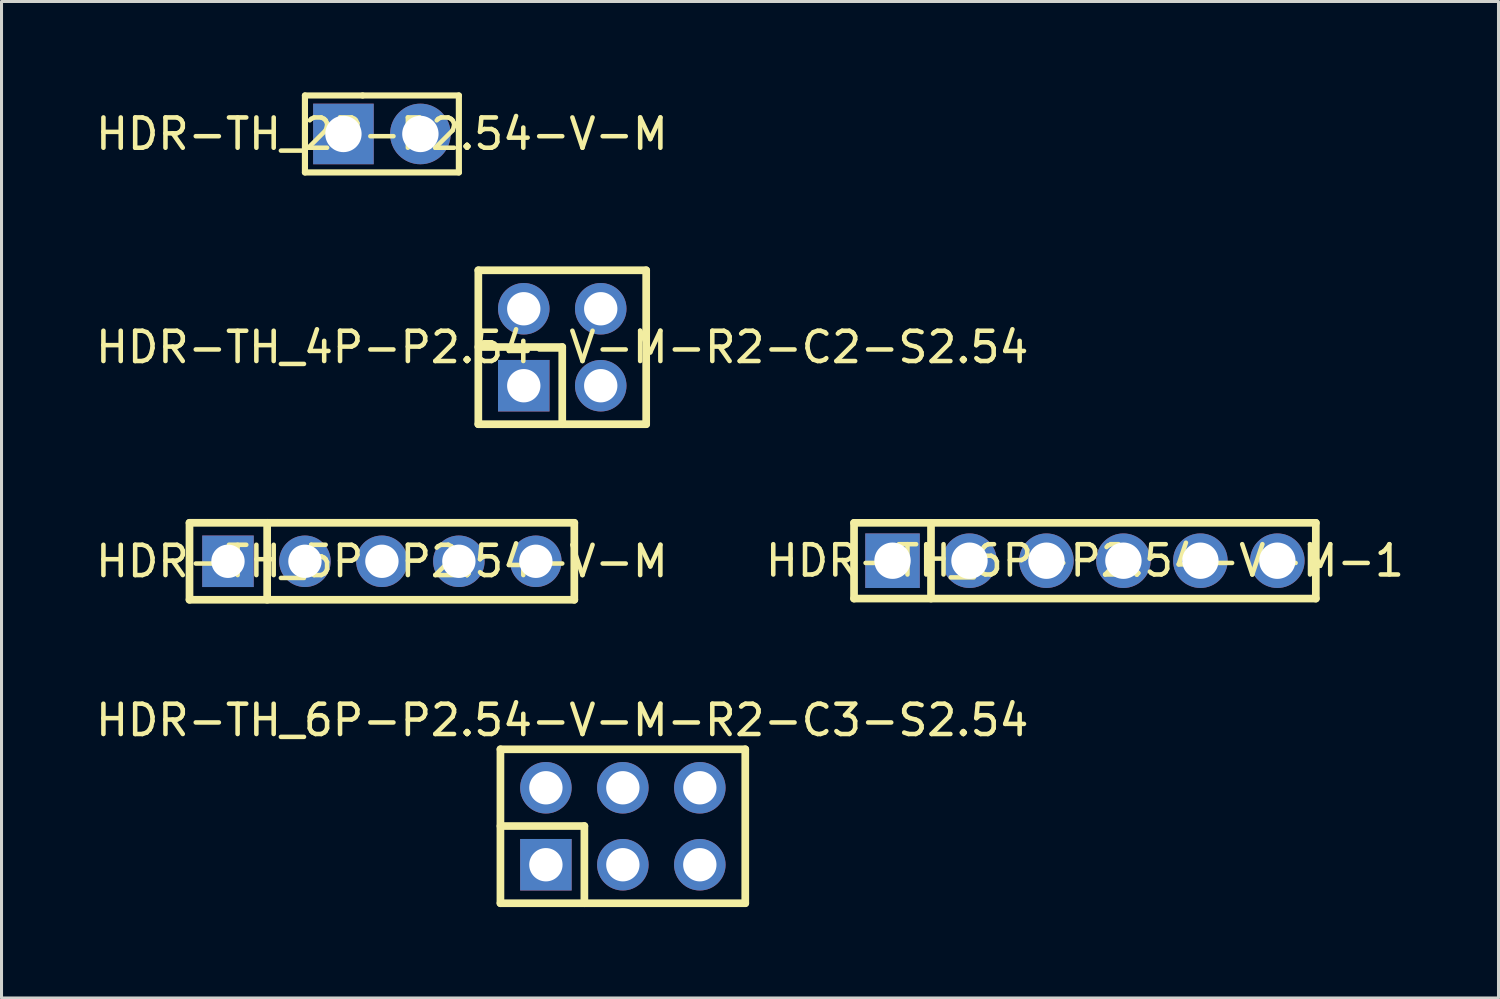
<source format=kicad_pcb>
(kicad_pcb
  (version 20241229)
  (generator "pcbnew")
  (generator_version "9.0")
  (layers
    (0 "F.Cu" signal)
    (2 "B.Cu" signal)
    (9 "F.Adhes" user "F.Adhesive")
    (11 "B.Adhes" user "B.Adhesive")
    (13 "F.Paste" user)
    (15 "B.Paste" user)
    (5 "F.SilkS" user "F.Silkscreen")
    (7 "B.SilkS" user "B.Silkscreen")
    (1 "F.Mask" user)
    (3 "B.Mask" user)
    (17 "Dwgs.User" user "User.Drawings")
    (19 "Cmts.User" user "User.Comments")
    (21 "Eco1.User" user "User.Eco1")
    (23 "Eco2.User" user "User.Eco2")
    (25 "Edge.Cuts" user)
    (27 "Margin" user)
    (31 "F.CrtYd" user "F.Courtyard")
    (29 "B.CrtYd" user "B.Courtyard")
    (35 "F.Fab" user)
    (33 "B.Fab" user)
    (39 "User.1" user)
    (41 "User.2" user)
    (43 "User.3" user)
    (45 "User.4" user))
  (footprint "HDR-TH_2P-P2.54-V-M"
    (layer "F.Cu")
    (at 9.554 1.371)
    (property "Reference" "HDR-TH_2P-P2.54-V-M" (at 0 0 0) (layer "F.SilkS") (effects (font (size 1 1) (thickness 0.15))))
    (fp_line (start -2.54 -1.27) (end -0.635 -1.27) (stroke (width 0.203) (type default)) (layer "F.SilkS"))
    (fp_line (start -2.54 1.27) (end -2.54 -1.27) (stroke (width 0.203) (type default)) (layer "F.SilkS"))
    (fp_line (start 2.54 -1.27) (end -0.635 -1.27) (stroke (width 0.203) (type default)) (layer "F.SilkS"))
    (fp_line (start 2.54 -1.27) (end 2.54 1.27) (stroke (width 0.203) (type default)) (layer "F.SilkS"))
    (fp_line (start 2.54 1.27) (end -2.54 1.27) (stroke (width 0.203) (type default)) (layer "F.SilkS"))
    (fp_poly (pts (xy -1.59 -0.32) (xy -0.95 -0.32) (xy -0.95 0.32) (xy -1.59 0.32)) (stroke (width 0.1) (type default)) (fill no) (layer "User.1"))
    (fp_poly (pts (xy 0.95 -0.32) (xy 1.59 -0.32) (xy 1.59 0.32) (xy 0.95 0.32)) (stroke (width 0.1) (type default)) (fill no) (layer "User.1"))
    (fp_line (start -2.54 -1.25) (end 2.54 -1.25) (stroke (width 0.051) (type default)) (layer "User.2"))
    (fp_line (start -2.54 1.25) (end -2.54 -1.25) (stroke (width 0.051) (type default)) (layer "User.2"))
    (fp_line (start 2.54 -1.25) (end 2.54 1.25) (stroke (width 0.051) (type default)) (layer "User.2"))
    (fp_line (start 2.54 1.25) (end -2.54 1.25) (stroke (width 0.051) (type default)) (layer "User.2"))
    (fp_poly (pts (xy -2.48 1.25) (xy -2.498 1.208) (xy -2.54 1.19) (xy -2.582 1.208) (xy -2.6 1.25) (xy -2.582 1.292) (xy -2.54 1.31) (xy -2.498 1.292)) (stroke (width 0.1) (type default)) (fill no) (layer "User.3"))
    (pad "1" thru_hole rect (at -1.27 0) (size 2 2) (drill 1.2) (layers "*.Cu" "*.Mask"))
    (pad "2" thru_hole circle (at 1.27 0) (size 2 2) (drill 1.2) (layers "*.Cu" "*.Mask")))
  (footprint "HDR-TH_6P-P2.54-V-M-1"
    (layer "F.Cu")
    (at 32.756 15.455)
    (property "Reference" "HDR-TH_6P-P2.54-V-M-1" (at 0 0 0) (layer "F.SilkS") (effects (font (size 1 1) (thickness 0.15))))
    (fp_line (start -7.62 -1.25) (end -7.62 1.25) (stroke (width 0.254) (type default)) (layer "F.SilkS"))
    (fp_line (start -7.62 1.25) (end 7.62 1.25) (stroke (width 0.254) (type default)) (layer "F.SilkS"))
    (fp_line (start -5.08 -1.251) (end -5.08 1.25) (stroke (width 0.254) (type default)) (layer "F.SilkS"))
    (fp_line (start 7.62 -1.25) (end -7.62 -1.25) (stroke (width 0.254) (type default)) (layer "F.SilkS"))
    (fp_line (start 7.62 -1.25) (end 7.62 1.25) (stroke (width 0.254) (type default)) (layer "F.SilkS"))
    (fp_poly (pts (xy -6.67 -0.32) (xy -6.03 -0.32) (xy -6.03 0.32) (xy -6.67 0.32)) (stroke (width 0.1) (type default)) (fill no) (layer "User.1"))
    (fp_poly (pts (xy -4.13 -0.32) (xy -3.49 -0.32) (xy -3.49 0.32) (xy -4.13 0.32)) (stroke (width 0.1) (type default)) (fill no) (layer "User.1"))
    (fp_poly (pts (xy -1.59 -0.32) (xy -0.95 -0.32) (xy -0.95 0.32) (xy -1.59 0.32)) (stroke (width 0.1) (type default)) (fill no) (layer "User.1"))
    (fp_poly (pts (xy 0.95 -0.32) (xy 1.59 -0.32) (xy 1.59 0.32) (xy 0.95 0.32)) (stroke (width 0.1) (type default)) (fill no) (layer "User.1"))
    (fp_poly (pts (xy 3.49 -0.32) (xy 4.13 -0.32) (xy 4.13 0.32) (xy 3.49 0.32)) (stroke (width 0.1) (type default)) (fill no) (layer "User.1"))
    (fp_poly (pts (xy 6.03 -0.32) (xy 6.67 -0.32) (xy 6.67 0.32) (xy 6.03 0.32)) (stroke (width 0.1) (type default)) (fill no) (layer "User.1"))
    (fp_line (start -7.62 -1.25) (end 7.62 -1.25) (stroke (width 0.051) (type default)) (layer "User.2"))
    (fp_line (start -7.62 1.25) (end -7.62 -1.25) (stroke (width 0.051) (type default)) (layer "User.2"))
    (fp_line (start 7.62 -1.25) (end 7.62 1.25) (stroke (width 0.051) (type default)) (layer "User.2"))
    (fp_line (start 7.62 1.25) (end -7.62 1.25) (stroke (width 0.051) (type default)) (layer "User.2"))
    (fp_poly (pts (xy -7.56 1.25) (xy -7.578 1.208) (xy -7.62 1.19) (xy -7.662 1.208) (xy -7.68 1.25) (xy -7.662 1.292) (xy -7.62 1.31) (xy -7.578 1.292)) (stroke (width 0.1) (type default)) (fill no) (layer "User.3"))
    (pad "1" thru_hole rect (at -6.35 0) (size 1.8 1.8) (drill 1.2) (layers "*.Cu" "*.Mask"))
    (pad "2" thru_hole circle (at -3.81 0) (size 1.8 1.8) (drill 1.2) (layers "*.Cu" "*.Mask"))
    (pad "3" thru_hole circle (at -1.27 0) (size 1.8 1.8) (drill 1.2) (layers "*.Cu" "*.Mask"))
    (pad "4" thru_hole circle (at 1.27 0) (size 1.8 1.8) (drill 1.2) (layers "*.Cu" "*.Mask"))
    (pad "5" thru_hole circle (at 3.81 0) (size 1.8 1.8) (drill 1.2) (layers "*.Cu" "*.Mask"))
    (pad "6" thru_hole circle (at 6.35 0) (size 1.8 1.8) (drill 1.2) (layers "*.Cu" "*.Mask")))
  (footprint "HDR-TH_4P-P2.54-V-M-R2-C2-S2.54"
    (layer "F.Cu")
    (at 15.506 8.41)
    (property "Reference" "HDR-TH_4P-P2.54-V-M-R2-C2-S2.54" (at 0 0 0) (layer "F.SilkS") (effects (font (size 1 1) (thickness 0.15))))
    (fp_line (start -2.77 -2.54) (end -2.77 2.54) (stroke (width 0.254) (type default)) (layer "F.SilkS"))
    (fp_line (start -2.77 -2.54) (end 2.77 -2.54) (stroke (width 0.254) (type default)) (layer "F.SilkS"))
    (fp_line (start -2.77 -0.007) (end 0 -0.007) (stroke (width 0.254) (type default)) (layer "F.SilkS"))
    (fp_line (start -2.77 2.54) (end 2.77 2.54) (stroke (width 0.254) (type default)) (layer "F.SilkS"))
    (fp_line (start 0 -0.007) (end 0 2.54) (stroke (width 0.254) (type default)) (layer "F.SilkS"))
    (fp_line (start 2.77 -2.54) (end 2.77 2.54) (stroke (width 0.254) (type default)) (layer "F.SilkS"))
    (fp_poly (pts (xy -1.59 -1.59) (xy -0.95 -1.59) (xy -0.95 -0.95) (xy -1.59 -0.95)) (stroke (width 0.1) (type default)) (fill no) (layer "User.1"))
    (fp_poly (pts (xy -1.59 0.95) (xy -0.95 0.95) (xy -0.95 1.59) (xy -1.59 1.59)) (stroke (width 0.1) (type default)) (fill no) (layer "User.1"))
    (fp_poly (pts (xy 0.95 -1.59) (xy 1.59 -1.59) (xy 1.59 -0.95) (xy 0.95 -0.95)) (stroke (width 0.1) (type default)) (fill no) (layer "User.1"))
    (fp_poly (pts (xy 0.95 0.95) (xy 1.59 0.95) (xy 1.59 1.59) (xy 0.95 1.59)) (stroke (width 0.1) (type default)) (fill no) (layer "User.1"))
    (fp_line (start -2.54 -2.5) (end 2.54 -2.5) (stroke (width 0.051) (type default)) (layer "User.2"))
    (fp_line (start -2.54 2.5) (end -2.54 -2.5) (stroke (width 0.051) (type default)) (layer "User.2"))
    (fp_line (start 2.54 -2.5) (end 2.54 2.5) (stroke (width 0.051) (type default)) (layer "User.2"))
    (fp_line (start 2.54 2.5) (end -2.54 2.5) (stroke (width 0.051) (type default)) (layer "User.2"))
    (fp_poly (pts (xy -2.48 2.5) (xy -2.498 2.458) (xy -2.54 2.44) (xy -2.582 2.458) (xy -2.6 2.5) (xy -2.582 2.542) (xy -2.54 2.56) (xy -2.498 2.542)) (stroke (width 0.1) (type default)) (fill no) (layer "User.3"))
    (pad "1" thru_hole rect (at -1.27 1.27) (size 1.7 1.7) (drill 1.1) (layers "*.Cu" "*.Mask"))
    (pad "2" thru_hole circle (at -1.27 -1.27) (size 1.7 1.7) (drill 1.1) (layers "*.Cu" "*.Mask"))
    (pad "3" thru_hole circle (at 1.27 1.27) (size 1.7 1.7) (drill 1.1) (layers "*.Cu" "*.Mask"))
    (pad "4" thru_hole circle (at 1.27 -1.27) (size 1.7 1.7) (drill 1.1) (layers "*.Cu" "*.Mask")))
  (footprint "HDR-TH_6P-P2.54-V-M-R2-C3-S2.54"
    (layer "F.Cu")
    (at 17.506 24.219)
    (property "Reference" "HDR-TH_6P-P2.54-V-M-R2-C3-S2.54" (at -2 -3.5 0) (layer "F.SilkS") (effects (font (size 1 1) (thickness 0.15))))
    (fp_line (start -4.04 -2.54) (end -4.04 2.54) (stroke (width 0.254) (type default)) (layer "F.SilkS"))
    (fp_line (start -4.04 -2.54) (end 4.04 -2.54) (stroke (width 0.254) (type default)) (layer "F.SilkS"))
    (fp_line (start -4.04 -0.007) (end -1.27 -0.007) (stroke (width 0.254) (type default)) (layer "F.SilkS"))
    (fp_line (start -4.04 2.54) (end 4.04 2.54) (stroke (width 0.254) (type default)) (layer "F.SilkS"))
    (fp_line (start -1.27 -0.007) (end -1.27 2.54) (stroke (width 0.254) (type default)) (layer "F.SilkS"))
    (fp_line (start 4.04 -2.54) (end 4.04 2.54) (stroke (width 0.254) (type default)) (layer "F.SilkS"))
    (fp_poly (pts (xy -2.86 -1.59) (xy -2.22 -1.59) (xy -2.22 -0.95) (xy -2.86 -0.95)) (stroke (width 0.1) (type default)) (fill no) (layer "User.1"))
    (fp_poly (pts (xy -2.86 0.95) (xy -2.22 0.95) (xy -2.22 1.59) (xy -2.86 1.59)) (stroke (width 0.1) (type default)) (fill no) (layer "User.1"))
    (fp_poly (pts (xy -0.32 -1.59) (xy 0.32 -1.59) (xy 0.32 -0.95) (xy -0.32 -0.95)) (stroke (width 0.1) (type default)) (fill no) (layer "User.1"))
    (fp_poly (pts (xy -0.32 0.95) (xy 0.32 0.95) (xy 0.32 1.59) (xy -0.32 1.59)) (stroke (width 0.1) (type default)) (fill no) (layer "User.1"))
    (fp_poly (pts (xy 2.22 -1.59) (xy 2.86 -1.59) (xy 2.86 -0.95) (xy 2.22 -0.95)) (stroke (width 0.1) (type default)) (fill no) (layer "User.1"))
    (fp_poly (pts (xy 2.22 0.95) (xy 2.86 0.95) (xy 2.86 1.59) (xy 2.22 1.59)) (stroke (width 0.1) (type default)) (fill no) (layer "User.1"))
    (fp_line (start -3.81 -2.5) (end 3.81 -2.5) (stroke (width 0.051) (type default)) (layer "User.2"))
    (fp_line (start -3.81 2.5) (end -3.81 -2.5) (stroke (width 0.051) (type default)) (layer "User.2"))
    (fp_line (start 3.81 -2.5) (end 3.81 2.5) (stroke (width 0.051) (type default)) (layer "User.2"))
    (fp_line (start 3.81 2.5) (end -3.81 2.5) (stroke (width 0.051) (type default)) (layer "User.2"))
    (fp_poly (pts (xy -3.75 2.5) (xy -3.768 2.458) (xy -3.81 2.44) (xy -3.852 2.458) (xy -3.87 2.5) (xy -3.852 2.542) (xy -3.81 2.56) (xy -3.768 2.542)) (stroke (width 0.1) (type default)) (fill no) (layer "User.3"))
    (pad "1" thru_hole rect (at -2.54 1.27) (size 1.7 1.7) (drill 1.1) (layers "*.Cu" "*.Mask"))
    (pad "2" thru_hole circle (at -2.54 -1.27) (size 1.7 1.7) (drill 1.1) (layers "*.Cu" "*.Mask"))
    (pad "3" thru_hole circle (at 0 1.27) (size 1.7 1.7) (drill 1.1) (layers "*.Cu" "*.Mask"))
    (pad "4" thru_hole circle (at 0 -1.27) (size 1.7 1.7) (drill 1.1) (layers "*.Cu" "*.Mask"))
    (pad "5" thru_hole circle (at 2.54 1.27) (size 1.7 1.7) (drill 1.1) (layers "*.Cu" "*.Mask"))
    (pad "6" thru_hole circle (at 2.54 -1.27) (size 1.7 1.7) (drill 1.1) (layers "*.Cu" "*.Mask")))
  (footprint "HDR-TH_5P-P2.54-V-M"
    (layer "F.Cu")
    (at 9.554 15.474)
    (property "Reference" "HDR-TH_5P-P2.54-V-M" (at 0 0 0) (layer "F.SilkS") (effects (font (size 1 1) (thickness 0.15))))
    (fp_line (start -6.35 -1.27) (end 6.35 -1.27) (stroke (width 0.254) (type default)) (layer "F.SilkS"))
    (fp_line (start -6.35 1.27) (end -6.35 -1.27) (stroke (width 0.254) (type default)) (layer "F.SilkS"))
    (fp_line (start -3.787 -1.27) (end -3.787 1.27) (stroke (width 0.254) (type default)) (layer "F.SilkS"))
    (fp_line (start 6.35 -1.27) (end 6.35 1.27) (stroke (width 0.254) (type default)) (layer "F.SilkS"))
    (fp_line (start 6.35 1.27) (end -6.35 1.27) (stroke (width 0.254) (type default)) (layer "F.SilkS"))
    (fp_poly (pts (xy -5.4 -0.32) (xy -4.76 -0.32) (xy -4.76 0.32) (xy -5.4 0.32)) (stroke (width 0.1) (type default)) (fill no) (layer "User.1"))
    (fp_poly (pts (xy -2.86 -0.32) (xy -2.22 -0.32) (xy -2.22 0.32) (xy -2.86 0.32)) (stroke (width 0.1) (type default)) (fill no) (layer "User.1"))
    (fp_poly (pts (xy -0.32 -0.32) (xy 0.32 -0.32) (xy 0.32 0.32) (xy -0.32 0.32)) (stroke (width 0.1) (type default)) (fill no) (layer "User.1"))
    (fp_poly (pts (xy 2.22 -0.32) (xy 2.86 -0.32) (xy 2.86 0.32) (xy 2.22 0.32)) (stroke (width 0.1) (type default)) (fill no) (layer "User.1"))
    (fp_poly (pts (xy 4.76 -0.32) (xy 5.4 -0.32) (xy 5.4 0.32) (xy 4.76 0.32)) (stroke (width 0.1) (type default)) (fill no) (layer "User.1"))
    (fp_line (start -6.35 -0.669) (end -6.35 0.67) (stroke (width 0.051) (type default)) (layer "User.2"))
    (fp_line (start -6.35 0.67) (end -6.35 0.67) (stroke (width 0.051) (type default)) (layer "User.2"))
    (fp_line (start -6.35 0.67) (end -6.301 0.67) (stroke (width 0.051) (type default)) (layer "User.2"))
    (fp_line (start -6.301 0.67) (end -5.851 1.27) (stroke (width 0.051) (type default)) (layer "User.2"))
    (fp_line (start -6.3 -0.67) (end -6.35 -0.669) (stroke (width 0.051) (type default)) (layer "User.2"))
    (fp_line (start -6.029 -1.032) (end -6.3 -0.67) (stroke (width 0.051) (type default)) (layer "User.2"))
    (fp_line (start -5.851 1.27) (end -4.311 1.27) (stroke (width 0.051) (type default)) (layer "User.2"))
    (fp_line (start -5.85 -1.27) (end -6.029 -1.032) (stroke (width 0.051) (type default)) (layer "User.2"))
    (fp_line (start -4.311 -1.27) (end -5.85 -1.27) (stroke (width 0.051) (type default)) (layer "User.2"))
    (fp_line (start -4.311 1.27) (end -4.077 0.966) (stroke (width 0.051) (type default)) (layer "User.2"))
    (fp_line (start -4.149 -1.059) (end -4.311 -1.27) (stroke (width 0.051) (type default)) (layer "User.2"))
    (fp_line (start -4.077 0.966) (end -3.861 0.669) (stroke (width 0.051) (type default)) (layer "User.2"))
    (fp_line (start -4.048 -0.925) (end -4.149 -1.059) (stroke (width 0.051) (type default)) (layer "User.2"))
    (fp_line (start -4.017 -0.883) (end -4.048 -0.925) (stroke (width 0.051) (type default)) (layer "User.2"))
    (fp_line (start -3.861 0.669) (end -3.76 0.67) (stroke (width 0.051) (type default)) (layer "User.2"))
    (fp_line (start -3.86 -0.67) (end -4.017 -0.883) (stroke (width 0.051) (type default)) (layer "User.2"))
    (fp_line (start -3.76 0.67) (end -3.311 1.27) (stroke (width 0.051) (type default)) (layer "User.2"))
    (fp_line (start -3.76 -0.67) (end -3.86 -0.67) (stroke (width 0.051) (type default)) (layer "User.2"))
    (fp_line (start -3.311 1.27) (end -1.77 1.27) (stroke (width 0.051) (type default)) (layer "User.2"))
    (fp_line (start -3.31 -1.27) (end -3.76 -0.67) (stroke (width 0.051) (type default)) (layer "User.2"))
    (fp_line (start -1.77 -1.27) (end -3.31 -1.27) (stroke (width 0.051) (type default)) (layer "User.2"))
    (fp_line (start -1.77 1.27) (end -1.542 0.972) (stroke (width 0.051) (type default)) (layer "User.2"))
    (fp_line (start -1.631 -1.089) (end -1.77 -1.27) (stroke (width 0.051) (type default)) (layer "User.2"))
    (fp_line (start -1.546 -0.977) (end -1.631 -1.089) (stroke (width 0.051) (type default)) (layer "User.2"))
    (fp_line (start -1.542 0.972) (end -1.503 0.919) (stroke (width 0.051) (type default)) (layer "User.2"))
    (fp_line (start -1.503 0.919) (end -1.32 0.67) (stroke (width 0.051) (type default)) (layer "User.2"))
    (fp_line (start -1.46 -0.859) (end -1.546 -0.977) (stroke (width 0.051) (type default)) (layer "User.2"))
    (fp_line (start -1.435 -0.827) (end -1.46 -0.859) (stroke (width 0.051) (type default)) (layer "User.2"))
    (fp_line (start -1.417 -0.801) (end -1.435 -0.827) (stroke (width 0.051) (type default)) (layer "User.2"))
    (fp_line (start -1.32 -0.67) (end -1.417 -0.801) (stroke (width 0.051) (type default)) (layer "User.2"))
    (fp_line (start -1.32 0.67) (end -1.22 0.67) (stroke (width 0.051) (type default)) (layer "User.2"))
    (fp_line (start -1.22 -0.669) (end -1.32 -0.67) (stroke (width 0.051) (type default)) (layer "User.2"))
    (fp_line (start -1.22 0.67) (end -0.77 1.27) (stroke (width 0.051) (type default)) (layer "User.2"))
    (fp_line (start -0.77 1.27) (end 0.77 1.27) (stroke (width 0.051) (type default)) (layer "User.2"))
    (fp_line (start -0.77 -1.27) (end -1.22 -0.669) (stroke (width 0.051) (type default)) (layer "User.2"))
    (fp_line (start 0.769 -1.27) (end -0.77 -1.27) (stroke (width 0.051) (type default)) (layer "User.2"))
    (fp_line (start 0.77 1.27) (end 0.992 0.98) (stroke (width 0.051) (type default)) (layer "User.2"))
    (fp_line (start 0.868 -1.143) (end 0.769 -1.27) (stroke (width 0.051) (type default)) (layer "User.2"))
    (fp_line (start 0.992 0.98) (end 1.02 0.942) (stroke (width 0.051) (type default)) (layer "User.2"))
    (fp_line (start 1.01 -0.955) (end 0.868 -1.143) (stroke (width 0.051) (type default)) (layer "User.2"))
    (fp_line (start 1.02 0.942) (end 1.22 0.67) (stroke (width 0.051) (type default)) (layer "User.2"))
    (fp_line (start 1.107 -0.822) (end 1.01 -0.955) (stroke (width 0.051) (type default)) (layer "User.2"))
    (fp_line (start 1.136 -0.783) (end 1.107 -0.822) (stroke (width 0.051) (type default)) (layer "User.2"))
    (fp_line (start 1.22 0.67) (end 1.32 0.67) (stroke (width 0.051) (type default)) (layer "User.2"))
    (fp_line (start 1.22 -0.67) (end 1.136 -0.783) (stroke (width 0.051) (type default)) (layer "User.2"))
    (fp_line (start 1.32 0.67) (end 1.77 1.27) (stroke (width 0.051) (type default)) (layer "User.2"))
    (fp_line (start 1.321 -0.669) (end 1.22 -0.67) (stroke (width 0.051) (type default)) (layer "User.2"))
    (fp_line (start 1.77 -1.27) (end 1.321 -0.669) (stroke (width 0.051) (type default)) (layer "User.2"))
    (fp_line (start 1.77 1.27) (end 3.309 1.27) (stroke (width 0.051) (type default)) (layer "User.2"))
    (fp_line (start 3.309 1.27) (end 3.51 1.009) (stroke (width 0.051) (type default)) (layer "User.2"))
    (fp_line (start 3.31 -1.27) (end 1.77 -1.27) (stroke (width 0.051) (type default)) (layer "User.2"))
    (fp_line (start 3.458 -1.077) (end 3.31 -1.27) (stroke (width 0.051) (type default)) (layer "User.2"))
    (fp_line (start 3.51 1.009) (end 3.545 0.963) (stroke (width 0.051) (type default)) (layer "User.2"))
    (fp_line (start 3.533 -0.979) (end 3.458 -1.077) (stroke (width 0.051) (type default)) (layer "User.2"))
    (fp_line (start 3.545 0.963) (end 3.582 0.913) (stroke (width 0.051) (type default)) (layer "User.2"))
    (fp_line (start 3.582 0.913) (end 3.76 0.67) (stroke (width 0.051) (type default)) (layer "User.2"))
    (fp_line (start 3.76 -0.67) (end 3.533 -0.979) (stroke (width 0.051) (type default)) (layer "User.2"))
    (fp_line (start 3.76 0.67) (end 3.86 0.67) (stroke (width 0.051) (type default)) (layer "User.2"))
    (fp_line (start 3.86 0.67) (end 4.31 1.27) (stroke (width 0.051) (type default)) (layer "User.2"))
    (fp_line (start 3.861 -0.669) (end 3.76 -0.67) (stroke (width 0.051) (type default)) (layer "User.2"))
    (fp_line (start 4.31 1.27) (end 5.85 1.27) (stroke (width 0.051) (type default)) (layer "User.2"))
    (fp_line (start 4.311 -1.27) (end 3.861 -0.669) (stroke (width 0.051) (type default)) (layer "User.2"))
    (fp_line (start 5.85 -1.27) (end 4.311 -1.27) (stroke (width 0.051) (type default)) (layer "User.2"))
    (fp_line (start 5.85 1.27) (end 6.074 0.976) (stroke (width 0.051) (type default)) (layer "User.2"))
    (fp_line (start 6.074 0.976) (end 6.3 0.67) (stroke (width 0.051) (type default)) (layer "User.2"))
    (fp_line (start 6.08 -0.971) (end 5.85 -1.27) (stroke (width 0.051) (type default)) (layer "User.2"))
    (fp_line (start 6.112 -0.925) (end 6.08 -0.971) (stroke (width 0.051) (type default)) (layer "User.2"))
    (fp_line (start 6.3 0.67) (end 6.35 0.67) (stroke (width 0.051) (type default)) (layer "User.2"))
    (fp_line (start 6.3 -0.669) (end 6.112 -0.925) (stroke (width 0.051) (type default)) (layer "User.2"))
    (fp_line (start 6.35 -0.669) (end 6.3 -0.669) (stroke (width 0.051) (type default)) (layer "User.2"))
    (fp_line (start 6.35 0.67) (end 6.35 -0.669) (stroke (width 0.051) (type default)) (layer "User.2"))
    (fp_poly (pts (xy -6.29 1.271) (xy -6.308 1.229) (xy -6.35 1.211) (xy -6.392 1.229) (xy -6.41 1.271) (xy -6.392 1.313) (xy -6.35 1.331) (xy -6.308 1.313)) (stroke (width 0.1) (type default)) (fill no) (layer "User.3"))
    (pad "1" thru_hole rect (at -5.08 0) (size 1.7 1.7) (drill 1.1) (layers "*.Cu" "*.Mask"))
    (pad "2" thru_hole circle (at -2.54 0) (size 1.7 1.7) (drill 1.1) (layers "*.Cu" "*.Mask"))
    (pad "3" thru_hole circle (at 0 0) (size 1.7 1.7) (drill 1.1) (layers "*.Cu" "*.Mask"))
    (pad "4" thru_hole circle (at 2.54 0) (size 1.7 1.7) (drill 1.1) (layers "*.Cu" "*.Mask"))
    (pad "5" thru_hole circle (at 5.08 0) (size 1.7 1.7) (drill 1.1) (layers "*.Cu" "*.Mask")))
  (gr_rect
    (start -3 -3)
    (end 46.405 29.886)
    (stroke (width 0.1) (type default))
    (fill no)
    (layer "Edge.Cuts")))
</source>
